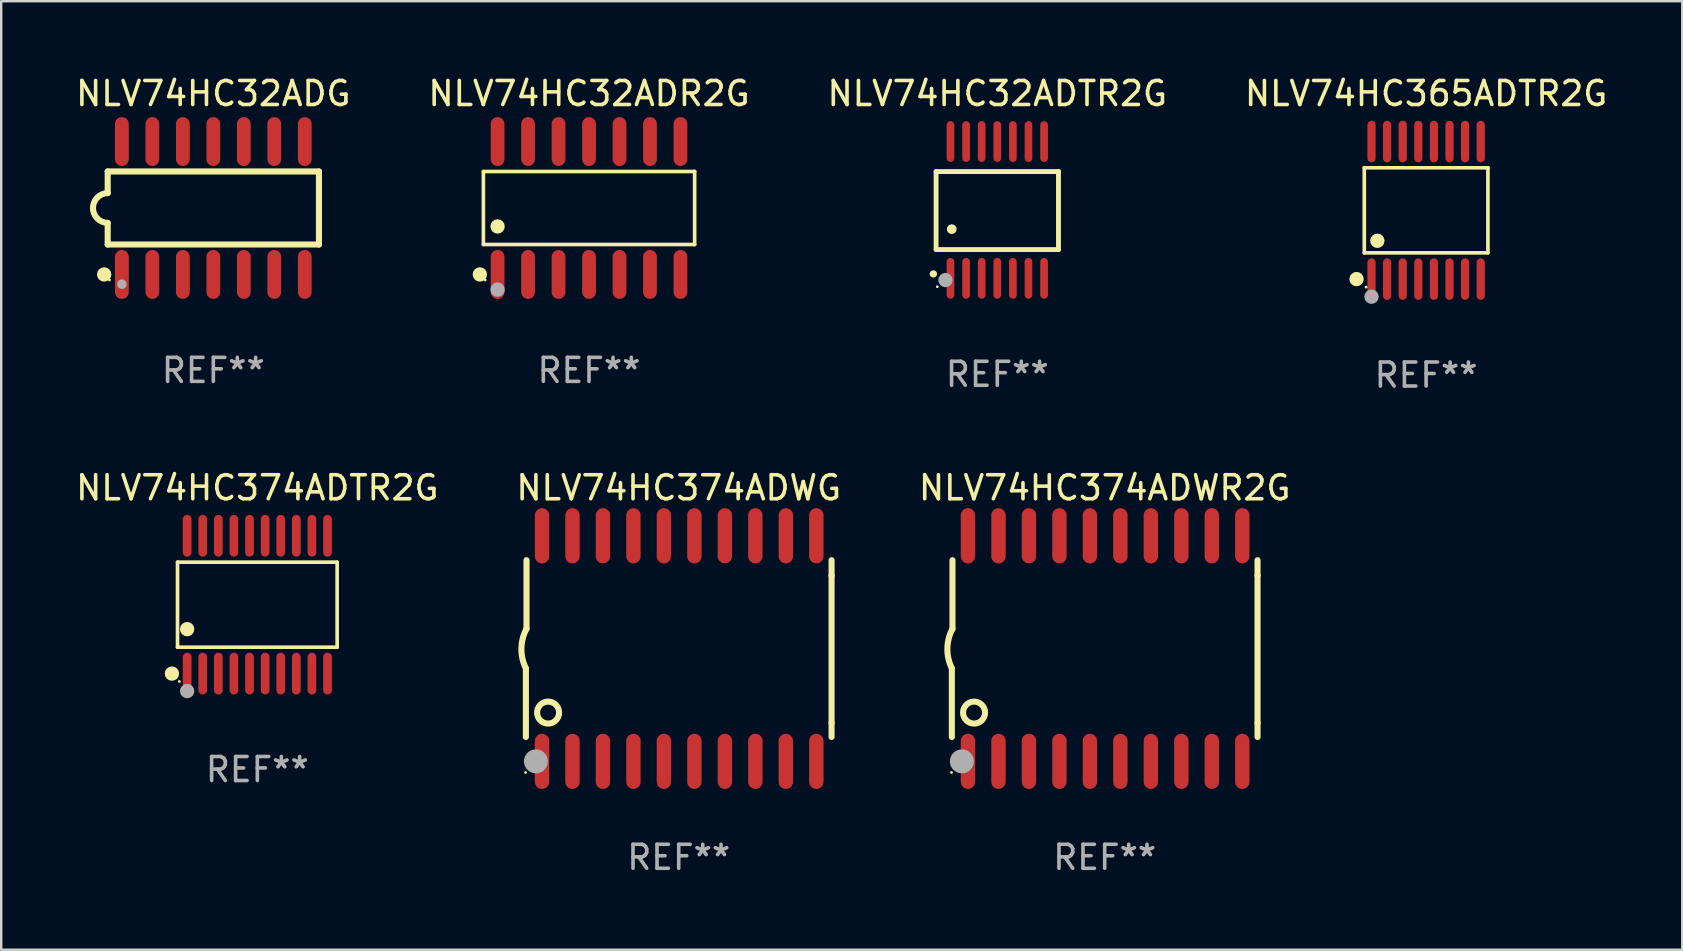
<source format=kicad_pcb>
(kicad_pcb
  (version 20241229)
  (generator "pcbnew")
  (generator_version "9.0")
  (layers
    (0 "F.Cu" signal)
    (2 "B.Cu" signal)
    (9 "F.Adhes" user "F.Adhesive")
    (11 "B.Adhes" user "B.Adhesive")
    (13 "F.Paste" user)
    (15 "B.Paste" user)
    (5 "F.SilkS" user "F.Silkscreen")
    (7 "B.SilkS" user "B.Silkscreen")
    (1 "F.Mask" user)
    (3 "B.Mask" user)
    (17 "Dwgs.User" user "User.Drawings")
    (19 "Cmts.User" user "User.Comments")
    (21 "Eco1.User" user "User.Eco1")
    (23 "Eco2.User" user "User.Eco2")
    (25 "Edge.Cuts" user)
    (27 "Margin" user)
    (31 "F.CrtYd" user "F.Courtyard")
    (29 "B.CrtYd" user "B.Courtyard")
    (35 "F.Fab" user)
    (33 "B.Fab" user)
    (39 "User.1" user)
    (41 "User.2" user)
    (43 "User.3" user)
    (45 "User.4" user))
  (footprint "NLV74HC374ADTR2G"
    (layer "F.Cu")
    (at 7.673 22.147)
    (property "Reference" "NLV74HC374ADTR2G" (at 0 -4.871 0) (layer "F.SilkS") (effects (font (size 1 1) (thickness 0.15))))
    (attr through_hole)
    (fp_line (start -3.326 -1.771) (end 3.326 -1.771) (stroke (width 0.152) (type solid)) (layer "F.SilkS"))
    (fp_line (start -3.326 1.771) (end -3.326 -1.771) (stroke (width 0.152) (type solid)) (layer "F.SilkS"))
    (fp_line (start 3.326 -1.771) (end 3.326 1.771) (stroke (width 0.152) (type solid)) (layer "F.SilkS"))
    (fp_line (start 3.326 1.771) (end -3.326 1.771) (stroke (width 0.152) (type solid)) (layer "F.SilkS"))
    (fp_circle (center -3.559 2.871) (end -3.409 2.871) (stroke (width 0.3) (type solid)) (fill no) (layer "F.SilkS"))
    (fp_circle (center -3.25 3.2) (end -3.22 3.2) (stroke (width 0.06) (type solid)) (fill no) (layer "F.SilkS"))
    (fp_circle (center -2.925 1.019) (end -2.775 1.019) (stroke (width 0.3) (type solid)) (fill no) (layer "F.SilkS"))
    (fp_circle (center -2.925 3.6) (end -2.775 3.6) (stroke (width 0.3) (type solid)) (fill no) (layer "F.Fab"))
    (fp_text user "REF**" (at 0 6.871 0) (layer "F.Fab") (effects (font (size 1 1) (thickness 0.15))))
    (pad "1" smd oval (at -2.925 2.871) (size 0.364 1.742) (layers "F.Cu" "F.Mask" "F.Paste"))
    (pad "2" smd oval (at -2.275 2.871) (size 0.364 1.742) (layers "F.Cu" "F.Mask" "F.Paste"))
    (pad "3" smd oval (at -1.625 2.871) (size 0.364 1.742) (layers "F.Cu" "F.Mask" "F.Paste"))
    (pad "4" smd oval (at -0.975 2.871) (size 0.364 1.742) (layers "F.Cu" "F.Mask" "F.Paste"))
    (pad "5" smd oval (at -0.325 2.871) (size 0.364 1.742) (layers "F.Cu" "F.Mask" "F.Paste"))
    (pad "6" smd oval (at 0.325 2.871) (size 0.364 1.742) (layers "F.Cu" "F.Mask" "F.Paste"))
    (pad "7" smd oval (at 0.975 2.871) (size 0.364 1.742) (layers "F.Cu" "F.Mask" "F.Paste"))
    (pad "8" smd oval (at 1.625 2.871) (size 0.364 1.742) (layers "F.Cu" "F.Mask" "F.Paste"))
    (pad "9" smd oval (at 2.275 2.871) (size 0.364 1.742) (layers "F.Cu" "F.Mask" "F.Paste"))
    (pad "10" smd oval (at 2.925 2.871) (size 0.364 1.742) (layers "F.Cu" "F.Mask" "F.Paste"))
    (pad "11" smd oval (at 2.925 -2.871) (size 0.364 1.742) (layers "F.Cu" "F.Mask" "F.Paste"))
    (pad "12" smd oval (at 2.275 -2.871) (size 0.364 1.742) (layers "F.Cu" "F.Mask" "F.Paste"))
    (pad "13" smd oval (at 1.625 -2.871) (size 0.364 1.742) (layers "F.Cu" "F.Mask" "F.Paste"))
    (pad "14" smd oval (at 0.975 -2.871) (size 0.364 1.742) (layers "F.Cu" "F.Mask" "F.Paste"))
    (pad "15" smd oval (at 0.325 -2.871) (size 0.364 1.742) (layers "F.Cu" "F.Mask" "F.Paste"))
    (pad "16" smd oval (at -0.325 -2.871) (size 0.364 1.742) (layers "F.Cu" "F.Mask" "F.Paste"))
    (pad "17" smd oval (at -0.975 -2.871) (size 0.364 1.742) (layers "F.Cu" "F.Mask" "F.Paste"))
    (pad "18" smd oval (at -1.625 -2.871) (size 0.364 1.742) (layers "F.Cu" "F.Mask" "F.Paste"))
    (pad "19" smd oval (at -2.275 -2.871) (size 0.364 1.742) (layers "F.Cu" "F.Mask" "F.Paste"))
    (pad "20" smd oval (at -2.925 -2.871) (size 0.364 1.742) (layers "F.Cu" "F.Mask" "F.Paste")))
  (footprint "NLV74HC32ADG"
    (layer "F.Cu")
    (at 5.839 5.617)
    (property "Reference" "NLV74HC32ADG" (at 0 -4.769 0) (layer "F.SilkS") (effects (font (size 1 1) (thickness 0.15))))
    (attr through_hole)
    (fp_line (start -4.401 -1.522) (end -4.401 -0.622) (stroke (width 0.254) (type solid)) (layer "F.SilkS"))
    (fp_line (start -4.401 -1.522) (end 4.401 -1.522) (stroke (width 0.254) (type solid)) (layer "F.SilkS"))
    (fp_line (start -4.401 1.521) (end -4.401 0.621) (stroke (width 0.254) (type solid)) (layer "F.SilkS"))
    (fp_line (start 4.401 -1.522) (end 4.401 1.521) (stroke (width 0.254) (type solid)) (layer "F.SilkS"))
    (fp_line (start 4.401 1.521) (end -4.401 1.521) (stroke (width 0.254) (type solid)) (layer "F.SilkS"))
    (fp_arc (start -4.401219 0.621311) (mid -5.021261 -0.000419) (end -4.400101 -0.621032) (stroke (width 0.254001) (type solid)) (layer "F.SilkS"))
    (fp_circle (center -4.549 2.769) (end -4.399 2.769) (stroke (width 0.3) (type solid)) (fill no) (layer "F.SilkS"))
    (fp_circle (center -4.325 3) (end -4.295 3) (stroke (width 0.06) (type solid)) (fill no) (layer "F.SilkS"))
    (fp_circle (center -3.81 3.175) (end -3.71 3.175) (stroke (width 0.2) (type solid)) (fill no) (layer "F.Fab"))
    (fp_text user "REF**" (at 0 6.769 0) (layer "F.Fab") (effects (font (size 1 1) (thickness 0.15))))
    (pad "1" smd oval (at -3.81 2.769) (size 0.574 2.038) (layers "F.Cu" "F.Mask" "F.Paste"))
    (pad "2" smd oval (at -2.54 2.769) (size 0.574 2.038) (layers "F.Cu" "F.Mask" "F.Paste"))
    (pad "3" smd oval (at -1.27 2.769) (size 0.574 2.038) (layers "F.Cu" "F.Mask" "F.Paste"))
    (pad "4" smd oval (at -0.000051 2.769) (size 0.574 2.038) (layers "F.Cu" "F.Mask" "F.Paste"))
    (pad "5" smd oval (at 1.27 2.769) (size 0.574 2.038) (layers "F.Cu" "F.Mask" "F.Paste"))
    (pad "6" smd oval (at 2.54 2.769) (size 0.574 2.038) (layers "F.Cu" "F.Mask" "F.Paste"))
    (pad "7" smd oval (at 3.81 2.769) (size 0.574 2.038) (layers "F.Cu" "F.Mask" "F.Paste"))
    (pad "8" smd oval (at 3.81 -2.769) (size 0.574 2.038) (layers "F.Cu" "F.Mask" "F.Paste"))
    (pad "9" smd oval (at 2.54 -2.769) (size 0.574 2.038) (layers "F.Cu" "F.Mask" "F.Paste"))
    (pad "10" smd oval (at 1.27 -2.769) (size 0.574 2.038) (layers "F.Cu" "F.Mask" "F.Paste"))
    (pad "11" smd oval (at -0.000051 -2.769) (size 0.574 2.038) (layers "F.Cu" "F.Mask" "F.Paste"))
    (pad "12" smd oval (at -1.27 -2.769) (size 0.574 2.038) (layers "F.Cu" "F.Mask" "F.Paste"))
    (pad "13" smd oval (at -2.54 -2.769) (size 0.574 2.038) (layers "F.Cu" "F.Mask" "F.Paste"))
    (pad "14" smd oval (at -3.81 -2.769) (size 0.574 2.038) (layers "F.Cu" "F.Mask" "F.Paste")))
  (footprint "NLV74HC32ADTR2G"
    (layer "F.Cu")
    (at 38.506 5.698)
    (property "Reference" "NLV74HC32ADTR2G" (at 0 -4.85 0) (layer "F.SilkS") (effects (font (size 1 1) (thickness 0.15))))
    (attr through_hole)
    (fp_line (start -2.55 -1.6) (end 2.55 -1.6) (stroke (width 0.203) (type solid)) (layer "F.SilkS"))
    (fp_line (start -2.55 1.651) (end -2.55 -1.6) (stroke (width 0.203) (type solid)) (layer "F.SilkS"))
    (fp_line (start 2.55 -1.6) (end 2.55 1.651) (stroke (width 0.203) (type solid)) (layer "F.SilkS"))
    (fp_line (start 2.55 1.651) (end -2.55 1.651) (stroke (width 0.203) (type solid)) (layer "F.SilkS"))
    (fp_arc (start -2.667005 2.667005) (mid -2.663677 2.667046) (end -2.66035 2.667157) (stroke (width 0.3) (type solid)) (layer "F.SilkS"))
    (fp_arc (start -1.9 0.8) (mid -1.897803 0.800014) (end -1.895606 0.800051) (stroke (width 0.4) (type solid)) (layer "F.SilkS"))
    (fp_circle (center -2.5 3.2) (end -2.47 3.2) (stroke (width 0.06) (type solid)) (fill no) (layer "F.SilkS"))
    (fp_circle (center -2.159 2.921) (end -2.009 2.921) (stroke (width 0.3) (type solid)) (fill no) (layer "F.Fab"))
    (fp_text user "REF**" (at 0 6.85 0) (layer "F.Fab") (effects (font (size 1 1) (thickness 0.15))))
    (pad "1" smd oval (at -1.95 2.85 180) (size 0.32 1.7) (layers "F.Cu" "F.Mask" "F.Paste"))
    (pad "2" smd oval (at -1.3 2.85 180) (size 0.32 1.7) (layers "F.Cu" "F.Mask" "F.Paste"))
    (pad "3" smd oval (at -0.65 2.85 180) (size 0.32 1.7) (layers "F.Cu" "F.Mask" "F.Paste"))
    (pad "4" smd oval (at 0 2.85 180) (size 0.32 1.7) (layers "F.Cu" "F.Mask" "F.Paste"))
    (pad "5" smd oval (at 0.65 2.85 180) (size 0.32 1.7) (layers "F.Cu" "F.Mask" "F.Paste"))
    (pad "6" smd oval (at 1.3 2.85 180) (size 0.32 1.7) (layers "F.Cu" "F.Mask" "F.Paste"))
    (pad "7" smd oval (at 1.95 2.85 180) (size 0.32 1.7) (layers "F.Cu" "F.Mask" "F.Paste"))
    (pad "8" smd oval (at 1.95 -2.85 180) (size 0.32 1.7) (layers "F.Cu" "F.Mask" "F.Paste"))
    (pad "9" smd oval (at 1.3 -2.85 180) (size 0.32 1.7) (layers "F.Cu" "F.Mask" "F.Paste"))
    (pad "10" smd oval (at 0.65 -2.85 180) (size 0.32 1.7) (layers "F.Cu" "F.Mask" "F.Paste"))
    (pad "11" smd oval (at 0 -2.85 180) (size 0.32 1.7) (layers "F.Cu" "F.Mask" "F.Paste"))
    (pad "12" smd oval (at -0.65 -2.85 180) (size 0.32 1.7) (layers "F.Cu" "F.Mask" "F.Paste"))
    (pad "13" smd oval (at -1.3 -2.85 180) (size 0.32 1.7) (layers "F.Cu" "F.Mask" "F.Paste"))
    (pad "14" smd oval (at -1.95 -2.85 180) (size 0.32 1.7) (layers "F.Cu" "F.Mask" "F.Paste")))
  (footprint "NLV74HC374ADWG"
    (layer "F.Cu")
    (at 25.232 23.976)
    (property "Reference" "NLV74HC374ADWG" (at 0 -6.7 0) (layer "F.SilkS") (effects (font (size 1 1) (thickness 0.15))))
    (attr through_hole)
    (fp_line (start -6.369 0.826) (end -6.369 3.683) (stroke (width 0.254) (type solid)) (layer "F.SilkS"))
    (fp_line (start -6.343 -0.825) (end -6.343 -3.683) (stroke (width 0.254) (type solid)) (layer "F.SilkS"))
    (fp_line (start 6.369 -3.048) (end 6.369 -3.683) (stroke (width 0.254) (type solid)) (layer "F.SilkS"))
    (fp_line (start 6.369 -3.048) (end 6.369 3.096) (stroke (width 0.254) (type solid)) (layer "F.SilkS"))
    (fp_line (start 6.369 3.096) (end 6.369 3.683) (stroke (width 0.254) (type solid)) (layer "F.SilkS"))
    (fp_arc (start -6.36853 0.825552) (mid -6.554743 -0.00301) (end -6.343129 -0.825451) (stroke (width 0.254001) (type solid)) (layer "F.SilkS"))
    (fp_circle (center -6.382 5.163) (end -6.352 5.163) (stroke (width 0.06) (type solid)) (fill no) (layer "F.SilkS"))
    (fp_circle (center -5.443 2.667) (end -4.985 2.667) (stroke (width 0.254) (type solid)) (fill no) (layer "F.SilkS"))
    (fp_circle (center -5.951 4.699) (end -5.701 4.699) (stroke (width 0.5) (type solid)) (fill no) (layer "F.Fab"))
    (fp_text user "REF**" (at 0 8.7 0) (layer "F.Fab") (effects (font (size 1 1) (thickness 0.15))))
    (pad "1" smd oval (at -5.697 4.7 180) (size 0.6 2.3) (layers "F.Cu" "F.Mask" "F.Paste"))
    (pad "2" smd oval (at -4.427 4.7 180) (size 0.6 2.3) (layers "F.Cu" "F.Mask" "F.Paste"))
    (pad "3" smd oval (at -3.157 4.7 180) (size 0.6 2.3) (layers "F.Cu" "F.Mask" "F.Paste"))
    (pad "4" smd oval (at -1.887 4.7 180) (size 0.6 2.3) (layers "F.Cu" "F.Mask" "F.Paste"))
    (pad "5" smd oval (at -0.617 4.7 180) (size 0.6 2.3) (layers "F.Cu" "F.Mask" "F.Paste"))
    (pad "6" smd oval (at 0.653 4.7 180) (size 0.6 2.3) (layers "F.Cu" "F.Mask" "F.Paste"))
    (pad "7" smd oval (at 1.923 4.7 180) (size 0.6 2.3) (layers "F.Cu" "F.Mask" "F.Paste"))
    (pad "8" smd oval (at 3.193 4.7 180) (size 0.6 2.3) (layers "F.Cu" "F.Mask" "F.Paste"))
    (pad "9" smd oval (at 4.463 4.7 180) (size 0.6 2.3) (layers "F.Cu" "F.Mask" "F.Paste"))
    (pad "10" smd oval (at 5.734 4.7 180) (size 0.6 2.3) (layers "F.Cu" "F.Mask" "F.Paste"))
    (pad "11" smd oval (at 5.734 -4.7 180) (size 0.6 2.3) (layers "F.Cu" "F.Mask" "F.Paste"))
    (pad "12" smd oval (at 4.463 -4.7 180) (size 0.6 2.3) (layers "F.Cu" "F.Mask" "F.Paste"))
    (pad "13" smd oval (at 3.193 -4.7 180) (size 0.6 2.3) (layers "F.Cu" "F.Mask" "F.Paste"))
    (pad "14" smd oval (at 1.923 -4.7 180) (size 0.6 2.3) (layers "F.Cu" "F.Mask" "F.Paste"))
    (pad "15" smd oval (at 0.653 -4.7 180) (size 0.6 2.3) (layers "F.Cu" "F.Mask" "F.Paste"))
    (pad "16" smd oval (at -0.617 -4.7 180) (size 0.6 2.3) (layers "F.Cu" "F.Mask" "F.Paste"))
    (pad "17" smd oval (at -1.887 -4.7 180) (size 0.6 2.3) (layers "F.Cu" "F.Mask" "F.Paste"))
    (pad "18" smd oval (at -3.157 -4.7 180) (size 0.6 2.3) (layers "F.Cu" "F.Mask" "F.Paste"))
    (pad "19" smd oval (at -4.427 -4.7 180) (size 0.6 2.3) (layers "F.Cu" "F.Mask" "F.Paste"))
    (pad "20" smd oval (at -5.697 -4.7 180) (size 0.6 2.3) (layers "F.Cu" "F.Mask" "F.Paste")))
  (footprint "NLV74HC32ADR2G"
    (layer "F.Cu")
    (at 21.494 5.617)
    (property "Reference" "NLV74HC32ADR2G" (at 0 -4.769 0) (layer "F.SilkS") (effects (font (size 1 1) (thickness 0.15))))
    (attr through_hole)
    (fp_line (start -4.401 -1.521) (end 4.401 -1.521) (stroke (width 0.152) (type solid)) (layer "F.SilkS"))
    (fp_line (start -4.401 1.521) (end -4.401 -1.521) (stroke (width 0.152) (type solid)) (layer "F.SilkS"))
    (fp_line (start 4.401 -1.521) (end 4.401 1.521) (stroke (width 0.152) (type solid)) (layer "F.SilkS"))
    (fp_line (start 4.401 1.521) (end -4.401 1.521) (stroke (width 0.152) (type solid)) (layer "F.SilkS"))
    (fp_circle (center -4.549 2.769) (end -4.399 2.769) (stroke (width 0.3) (type solid)) (fill no) (layer "F.SilkS"))
    (fp_circle (center -4.325 3) (end -4.295 3) (stroke (width 0.06) (type solid)) (fill no) (layer "F.SilkS"))
    (fp_circle (center -3.81 0.769) (end -3.66 0.769) (stroke (width 0.3) (type solid)) (fill no) (layer "F.SilkS"))
    (fp_circle (center -3.81 3.4) (end -3.66 3.4) (stroke (width 0.3) (type solid)) (fill no) (layer "F.Fab"))
    (fp_text user "REF**" (at 0 6.769 0) (layer "F.Fab") (effects (font (size 1 1) (thickness 0.15))))
    (pad "1" smd oval (at -3.81 2.769) (size 0.574 2.038) (layers "F.Cu" "F.Mask" "F.Paste"))
    (pad "2" smd oval (at -2.54 2.769) (size 0.574 2.038) (layers "F.Cu" "F.Mask" "F.Paste"))
    (pad "3" smd oval (at -1.27 2.769) (size 0.574 2.038) (layers "F.Cu" "F.Mask" "F.Paste"))
    (pad "4" smd oval (at 0 2.769) (size 0.574 2.038) (layers "F.Cu" "F.Mask" "F.Paste"))
    (pad "5" smd oval (at 1.27 2.769) (size 0.574 2.038) (layers "F.Cu" "F.Mask" "F.Paste"))
    (pad "6" smd oval (at 2.54 2.769) (size 0.574 2.038) (layers "F.Cu" "F.Mask" "F.Paste"))
    (pad "7" smd oval (at 3.81 2.769) (size 0.574 2.038) (layers "F.Cu" "F.Mask" "F.Paste"))
    (pad "8" smd oval (at 3.81 -2.769) (size 0.574 2.038) (layers "F.Cu" "F.Mask" "F.Paste"))
    (pad "9" smd oval (at 2.54 -2.769) (size 0.574 2.038) (layers "F.Cu" "F.Mask" "F.Paste"))
    (pad "10" smd oval (at 1.27 -2.769) (size 0.574 2.038) (layers "F.Cu" "F.Mask" "F.Paste"))
    (pad "11" smd oval (at 0 -2.769) (size 0.574 2.038) (layers "F.Cu" "F.Mask" "F.Paste"))
    (pad "12" smd oval (at -1.27 -2.769) (size 0.574 2.038) (layers "F.Cu" "F.Mask" "F.Paste"))
    (pad "13" smd oval (at -2.54 -2.769) (size 0.574 2.038) (layers "F.Cu" "F.Mask" "F.Paste"))
    (pad "14" smd oval (at -3.81 -2.769) (size 0.574 2.038) (layers "F.Cu" "F.Mask" "F.Paste")))
  (footprint "NLV74HC374ADWR2G"
    (layer "F.Cu")
    (at 42.982 23.976)
    (property "Reference" "NLV74HC374ADWR2G" (at 0 -6.7 0) (layer "F.SilkS") (effects (font (size 1 1) (thickness 0.15))))
    (attr through_hole)
    (fp_line (start -6.369 0.826) (end -6.369 3.683) (stroke (width 0.254) (type solid)) (layer "F.SilkS"))
    (fp_line (start -6.343 -0.825) (end -6.343 -3.683) (stroke (width 0.254) (type solid)) (layer "F.SilkS"))
    (fp_line (start 6.369 -3.048) (end 6.369 -3.683) (stroke (width 0.254) (type solid)) (layer "F.SilkS"))
    (fp_line (start 6.369 -3.048) (end 6.369 3.096) (stroke (width 0.254) (type solid)) (layer "F.SilkS"))
    (fp_line (start 6.369 3.096) (end 6.369 3.683) (stroke (width 0.254) (type solid)) (layer "F.SilkS"))
    (fp_arc (start -6.36853 0.825552) (mid -6.554743 -0.00301) (end -6.343129 -0.825451) (stroke (width 0.254001) (type solid)) (layer "F.SilkS"))
    (fp_circle (center -6.382 5.163) (end -6.352 5.163) (stroke (width 0.06) (type solid)) (fill no) (layer "F.SilkS"))
    (fp_circle (center -5.443 2.667) (end -4.985 2.667) (stroke (width 0.254) (type solid)) (fill no) (layer "F.SilkS"))
    (fp_circle (center -5.951 4.699) (end -5.701 4.699) (stroke (width 0.5) (type solid)) (fill no) (layer "F.Fab"))
    (fp_text user "REF**" (at 0 8.7 0) (layer "F.Fab") (effects (font (size 1 1) (thickness 0.15))))
    (pad "1" smd oval (at -5.697 4.7 180) (size 0.6 2.3) (layers "F.Cu" "F.Mask" "F.Paste"))
    (pad "2" smd oval (at -4.427 4.7 180) (size 0.6 2.3) (layers "F.Cu" "F.Mask" "F.Paste"))
    (pad "3" smd oval (at -3.157 4.7 180) (size 0.6 2.3) (layers "F.Cu" "F.Mask" "F.Paste"))
    (pad "4" smd oval (at -1.887 4.7 180) (size 0.6 2.3) (layers "F.Cu" "F.Mask" "F.Paste"))
    (pad "5" smd oval (at -0.617 4.7 180) (size 0.6 2.3) (layers "F.Cu" "F.Mask" "F.Paste"))
    (pad "6" smd oval (at 0.653 4.7 180) (size 0.6 2.3) (layers "F.Cu" "F.Mask" "F.Paste"))
    (pad "7" smd oval (at 1.923 4.7 180) (size 0.6 2.3) (layers "F.Cu" "F.Mask" "F.Paste"))
    (pad "8" smd oval (at 3.193 4.7 180) (size 0.6 2.3) (layers "F.Cu" "F.Mask" "F.Paste"))
    (pad "9" smd oval (at 4.463 4.7 180) (size 0.6 2.3) (layers "F.Cu" "F.Mask" "F.Paste"))
    (pad "10" smd oval (at 5.734 4.7 180) (size 0.6 2.3) (layers "F.Cu" "F.Mask" "F.Paste"))
    (pad "11" smd oval (at 5.734 -4.7 180) (size 0.6 2.3) (layers "F.Cu" "F.Mask" "F.Paste"))
    (pad "12" smd oval (at 4.463 -4.7 180) (size 0.6 2.3) (layers "F.Cu" "F.Mask" "F.Paste"))
    (pad "13" smd oval (at 3.193 -4.7 180) (size 0.6 2.3) (layers "F.Cu" "F.Mask" "F.Paste"))
    (pad "14" smd oval (at 1.923 -4.7 180) (size 0.6 2.3) (layers "F.Cu" "F.Mask" "F.Paste"))
    (pad "15" smd oval (at 0.653 -4.7 180) (size 0.6 2.3) (layers "F.Cu" "F.Mask" "F.Paste"))
    (pad "16" smd oval (at -0.617 -4.7 180) (size 0.6 2.3) (layers "F.Cu" "F.Mask" "F.Paste"))
    (pad "17" smd oval (at -1.887 -4.7 180) (size 0.6 2.3) (layers "F.Cu" "F.Mask" "F.Paste"))
    (pad "18" smd oval (at -3.157 -4.7 180) (size 0.6 2.3) (layers "F.Cu" "F.Mask" "F.Paste"))
    (pad "19" smd oval (at -4.427 -4.7 180) (size 0.6 2.3) (layers "F.Cu" "F.Mask" "F.Paste"))
    (pad "20" smd oval (at -5.697 -4.7 180) (size 0.6 2.3) (layers "F.Cu" "F.Mask" "F.Paste")))
  (footprint "NLV74HC365ADTR2G"
    (layer "F.Cu")
    (at 56.375 5.714)
    (property "Reference" "NLV74HC365ADTR2G" (at 0 -4.866 0) (layer "F.SilkS") (effects (font (size 1 1) (thickness 0.15))))
    (attr through_hole)
    (fp_line (start -2.576 -1.772) (end 2.576 -1.772) (stroke (width 0.152) (type solid)) (layer "F.SilkS"))
    (fp_line (start -2.576 1.771) (end -2.576 -1.772) (stroke (width 0.152) (type solid)) (layer "F.SilkS"))
    (fp_line (start 2.576 -1.772) (end 2.576 1.771) (stroke (width 0.152) (type solid)) (layer "F.SilkS"))
    (fp_line (start 2.576 1.771) (end -2.576 1.771) (stroke (width 0.152) (type solid)) (layer "F.SilkS"))
    (fp_circle (center -2.899 2.866) (end -2.749 2.866) (stroke (width 0.3) (type solid)) (fill no) (layer "F.SilkS"))
    (fp_circle (center -2.5 3.2) (end -2.47 3.2) (stroke (width 0.06) (type solid)) (fill no) (layer "F.SilkS"))
    (fp_circle (center -2.032 1.27) (end -1.882 1.27) (stroke (width 0.3) (type solid)) (fill no) (layer "F.SilkS"))
    (fp_circle (center -2.275 3.6) (end -2.125 3.6) (stroke (width 0.3) (type solid)) (fill no) (layer "F.Fab"))
    (fp_text user "REF**" (at 0 6.866 0) (layer "F.Fab") (effects (font (size 1 1) (thickness 0.15))))
    (pad "1" smd oval (at -2.275 2.866) (size 0.343 1.731) (layers "F.Cu" "F.Mask" "F.Paste"))
    (pad "2" smd oval (at -1.625 2.866) (size 0.343 1.731) (layers "F.Cu" "F.Mask" "F.Paste"))
    (pad "3" smd oval (at -0.975 2.866) (size 0.343 1.731) (layers "F.Cu" "F.Mask" "F.Paste"))
    (pad "4" smd oval (at -0.325 2.866) (size 0.343 1.731) (layers "F.Cu" "F.Mask" "F.Paste"))
    (pad "5" smd oval (at 0.325 2.866) (size 0.343 1.731) (layers "F.Cu" "F.Mask" "F.Paste"))
    (pad "6" smd oval (at 0.975 2.866) (size 0.343 1.731) (layers "F.Cu" "F.Mask" "F.Paste"))
    (pad "7" smd oval (at 1.625 2.866) (size 0.343 1.731) (layers "F.Cu" "F.Mask" "F.Paste"))
    (pad "8" smd oval (at 2.275 2.866) (size 0.343 1.731) (layers "F.Cu" "F.Mask" "F.Paste"))
    (pad "9" smd oval (at 2.275 -2.866) (size 0.343 1.731) (layers "F.Cu" "F.Mask" "F.Paste"))
    (pad "10" smd oval (at 1.625 -2.866) (size 0.343 1.731) (layers "F.Cu" "F.Mask" "F.Paste"))
    (pad "11" smd oval (at 0.975 -2.866) (size 0.343 1.731) (layers "F.Cu" "F.Mask" "F.Paste"))
    (pad "12" smd oval (at 0.325 -2.866) (size 0.343 1.731) (layers "F.Cu" "F.Mask" "F.Paste"))
    (pad "13" smd oval (at -0.325 -2.866) (size 0.343 1.731) (layers "F.Cu" "F.Mask" "F.Paste"))
    (pad "14" smd oval (at -0.975 -2.866) (size 0.343 1.731) (layers "F.Cu" "F.Mask" "F.Paste"))
    (pad "15" smd oval (at -1.625 -2.866) (size 0.343 1.731) (layers "F.Cu" "F.Mask" "F.Paste"))
    (pad "16" smd oval (at -2.275 -2.866) (size 0.343 1.731) (layers "F.Cu" "F.Mask" "F.Paste")))
  (gr_rect
    (start -3 -3)
    (end 67.048 36.525)
    (stroke (width 0.1) (type default))
    (fill no)
    (layer "Edge.Cuts")))
</source>
